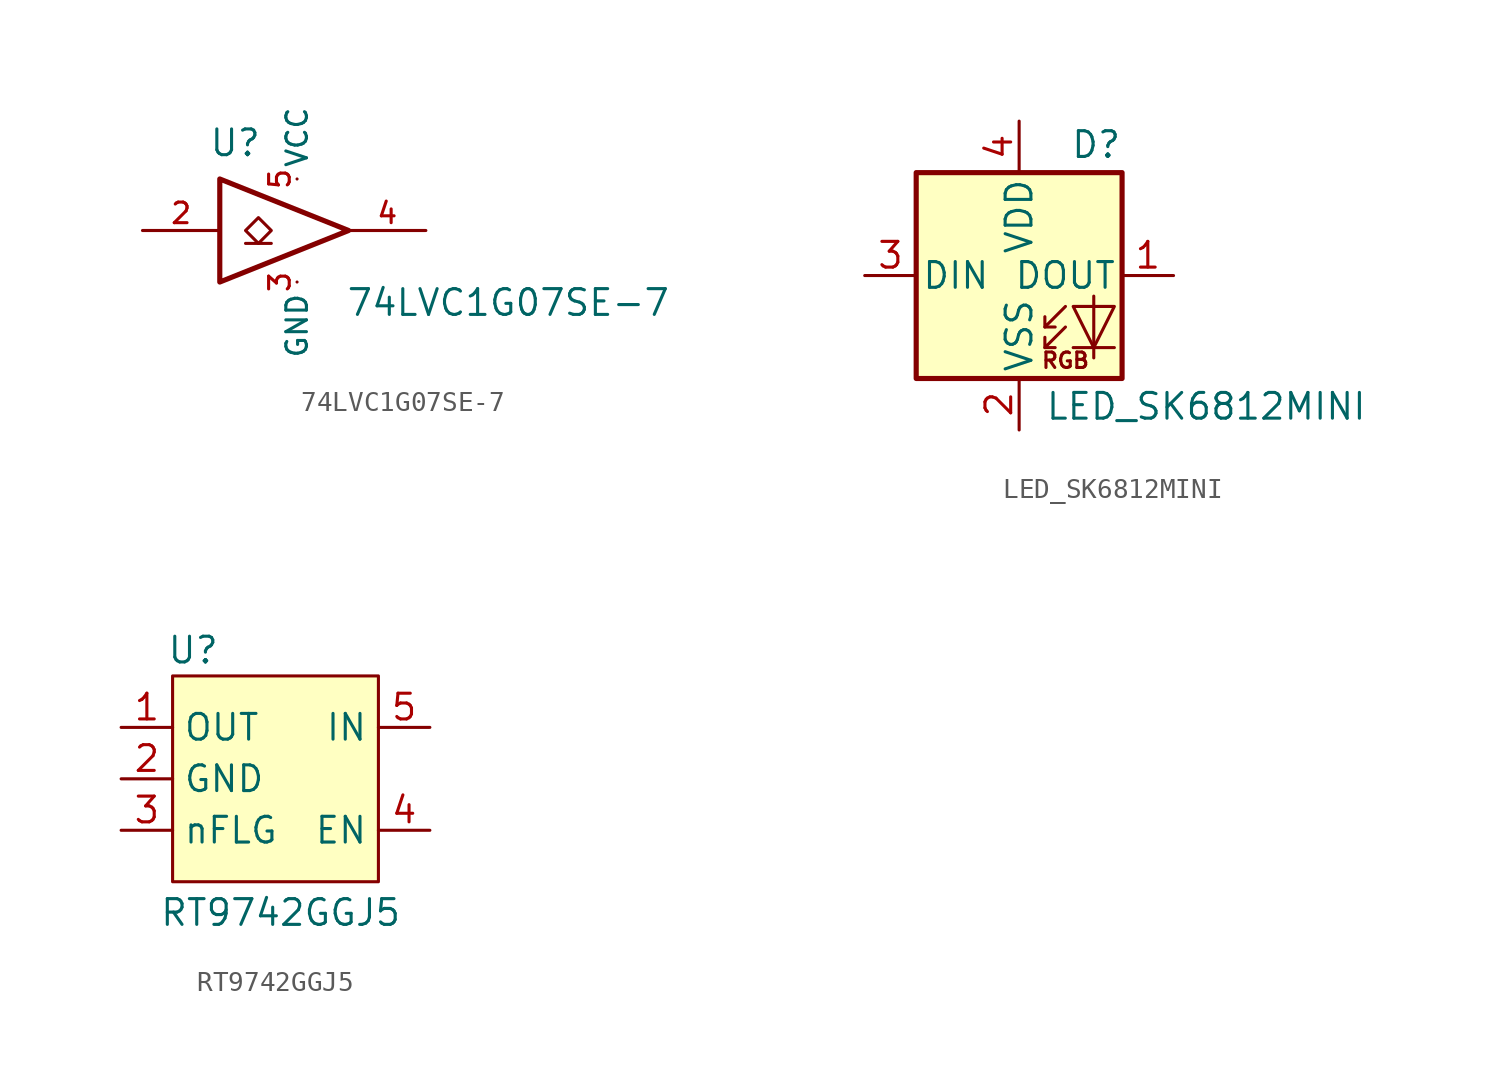
<source format=kicad_sym>
(kicad_symbol_lib
  (version 20241209)
  (generator "kicad_symbol_editor")
  (generator_version "9.0")
  (symbol "74LVC1G07SE-7"
    (property "Reference" "U"
      (at -3.048 4.318 0)
      (effects (font (size 1.27 1.27))))
    (property "Value" "74LVC1G07SE-7"
      (at 10.414 -3.556 0)
      (effects (font (size 1.27 1.27))))
    (symbol "74LVC1G07SE-7_0_1"
      (polyline (pts (xy -3.81 2.54) (xy -3.81 -2.54) (xy 2.54 0) (xy -3.81 2.54)) (stroke (width 0.254) (type default)) (fill (type none)))
      (polyline (pts (xy -2.54 -0.635) (xy -1.27 -0.635)) (stroke (width 0) (type default)) (fill (type none)))
      (polyline (pts (xy -1.905 0.635) (xy -2.54 0) (xy -1.905 -0.635) (xy -1.27 0) (xy -1.905 0.635)) (stroke (width 0) (type default)) (fill (type none))))
    (symbol "74LVC1G07SE-7_1_1"
      (pin input line (at -7.62 0 0) (length 3.81) (name "~" (effects (font (size 1.016 1.016)))) (number "2" (effects (font (size 1.016 1.016)))))
      (pin power_in line (at 0 2.54 90) (length 0) (name "VCC" (effects (font (size 1.016 1.016)))) (number "5" (effects (font (size 1.016 1.016)))))
      (pin power_in line (at 0 -2.54 270) (length 0) (name "GND" (effects (font (size 1.016 1.016)))) (number "3" (effects (font (size 1.016 1.016)))))
      (pin open_collector line (at 6.35 0 180) (length 3.81) (name "~" (effects (font (size 1.016 1.016)))) (number "4" (effects (font (size 1.016 1.016)))))))
  (symbol "LED_SK6812MINI"
    (pin_names
      (offset 0.254))
    (property "Reference" "D"
      (at 5.08 5.715 0)
      (effects (font (size 1.27 1.27)) (justify right bottom)))
    (property "Value" "LED_SK6812MINI"
      (at 1.27 -5.715 0)
      (effects (font (size 1.27 1.27)) (justify left top)))
    (symbol "LED_SK6812MINI_0_0"
      (text "RGB" (at 2.286 -4.191 0) (effects (font (size 0.762 0.762)))))
    (symbol "LED_SK6812MINI_0_1"
      (polyline (pts (xy 1.27 -2.54) (xy 1.778 -2.54)) (stroke (width 0) (type default)) (fill (type none)))
      (polyline (pts (xy 1.27 -3.556) (xy 1.778 -3.556)) (stroke (width 0) (type default)) (fill (type none)))
      (polyline (pts (xy 2.286 -1.524) (xy 1.27 -2.54) (xy 1.27 -2.032)) (stroke (width 0) (type default)) (fill (type none)))
      (polyline (pts (xy 2.286 -2.54) (xy 1.27 -3.556) (xy 1.27 -3.048)) (stroke (width 0) (type default)) (fill (type none)))
      (polyline (pts (xy 3.683 -1.016) (xy 3.683 -3.556) (xy 3.683 -4.064)) (stroke (width 0) (type default)) (fill (type none)))
      (polyline (pts (xy 4.699 -1.524) (xy 2.667 -1.524) (xy 3.683 -3.556) (xy 4.699 -1.524)) (stroke (width 0) (type default)) (fill (type none)))
      (polyline (pts (xy 4.699 -3.556) (xy 2.667 -3.556)) (stroke (width 0) (type default)) (fill (type none)))
      (rectangle (start 5.08 5.08) (end -5.08 -5.08) (stroke (width 0.254) (type default)) (fill (type background))))
    (symbol "LED_SK6812MINI_1_1"
      (pin input line (at -7.62 0 0) (length 2.54) (name "DIN" (effects (font (size 1.27 1.27)))) (number "3" (effects (font (size 1.27 1.27)))))
      (pin power_in line (at 0 7.62 270) (length 2.54) (name "VDD" (effects (font (size 1.27 1.27)))) (number "4" (effects (font (size 1.27 1.27)))))
      (pin power_in line (at 0 -7.62 90) (length 2.54) (name "VSS" (effects (font (size 1.27 1.27)))) (number "2" (effects (font (size 1.27 1.27)))))
      (pin output line (at 7.62 0 180) (length 2.54) (name "DOUT" (effects (font (size 1.27 1.27)))) (number "1" (effects (font (size 1.27 1.27)))))))
  (symbol "RT9742GGJ5"
    (property "Reference" "U"
      (at -5.334 13.97 0)
      (effects (font (size 1.27 1.27))))
    (property "Value" "RT9742GGJ5"
      (at -1.016 1.016 0)
      (effects (font (size 1.27 1.27))))
    (symbol "RT9742GGJ5_0_0"
      (pin power_out line (at -8.89 10.16 0) (length 2.54) (name "OUT" (effects (font (size 1.27 1.27)))) (number "1" (effects (font (size 1.27 1.27)))))
      (pin power_in line (at -8.89 7.62 0) (length 2.54) (name "GND" (effects (font (size 1.27 1.27)))) (number "2" (effects (font (size 1.27 1.27)))))
      (pin open_collector line (at -8.89 5.08 0) (length 2.54) (name "nFLG" (effects (font (size 1.27 1.27)))) (number "3" (effects (font (size 1.27 1.27)))))
      (pin power_in line (at 6.35 10.16 180) (length 2.54) (name "IN" (effects (font (size 1.27 1.27)))) (number "5" (effects (font (size 1.27 1.27)))))
      (pin input line (at 6.35 5.08 180) (length 2.54) (name "EN" (effects (font (size 1.27 1.27)))) (number "4" (effects (font (size 1.27 1.27))))))
    (symbol "RT9742GGJ5_1_1"
      (rectangle (start -6.35 12.7) (end 3.81 2.54) (stroke (width 0) (type solid)) (fill (type background))))))
</source>
